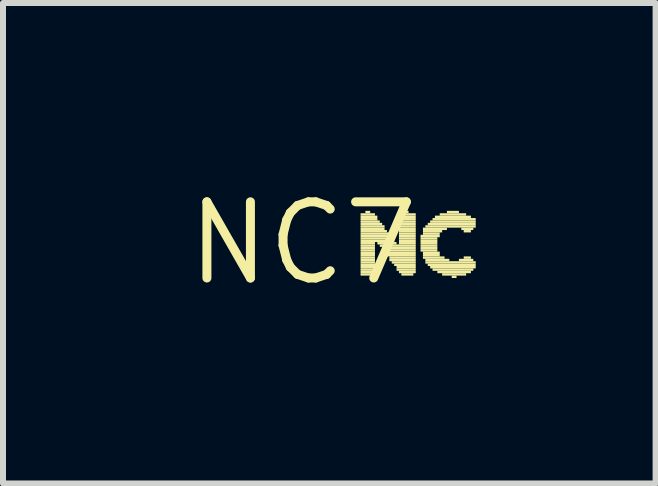
<source format=kicad_pcb>
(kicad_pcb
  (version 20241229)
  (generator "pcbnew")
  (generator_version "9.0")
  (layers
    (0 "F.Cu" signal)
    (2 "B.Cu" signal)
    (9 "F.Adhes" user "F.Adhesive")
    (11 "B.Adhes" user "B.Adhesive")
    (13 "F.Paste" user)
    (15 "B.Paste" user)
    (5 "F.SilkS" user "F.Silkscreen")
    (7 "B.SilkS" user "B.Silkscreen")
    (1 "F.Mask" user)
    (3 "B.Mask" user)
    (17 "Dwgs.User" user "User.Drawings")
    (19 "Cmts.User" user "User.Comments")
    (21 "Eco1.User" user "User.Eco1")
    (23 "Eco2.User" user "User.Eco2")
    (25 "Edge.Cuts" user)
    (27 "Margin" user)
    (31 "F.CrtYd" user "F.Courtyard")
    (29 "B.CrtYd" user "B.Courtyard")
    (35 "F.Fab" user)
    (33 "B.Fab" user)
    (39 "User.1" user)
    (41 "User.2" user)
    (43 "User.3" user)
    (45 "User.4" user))
  (footprint "NC7"
    (layer "F.Cu")
    (at 2.003 1.006)
    (property "Reference" "NC7" (at 0 0 0) (layer "F.SilkS") (effects (font (size 1.27 1.27) (thickness 0.15))))
    (attr through_hole)
    (fp_poly (pts (xy 0.96 -0.46) (xy 1.2 -0.46) (xy 1.2 -0.5) (xy 0.96 -0.5)) (stroke (width 0) (type solid)) (fill yes) (layer "F.SilkS"))
    (fp_poly (pts (xy 0.96 -0.42) (xy 1.24 -0.42) (xy 1.24 -0.46) (xy 0.96 -0.46)) (stroke (width 0) (type solid)) (fill yes) (layer "F.SilkS"))
    (fp_poly (pts (xy 0.96 -0.38) (xy 1.24 -0.38) (xy 1.24 -0.42) (xy 0.96 -0.42)) (stroke (width 0) (type solid)) (fill yes) (layer "F.SilkS"))
    (fp_poly (pts (xy 0.96 -0.34) (xy 1.28 -0.34) (xy 1.28 -0.38) (xy 0.96 -0.38)) (stroke (width 0) (type solid)) (fill yes) (layer "F.SilkS"))
    (fp_poly (pts (xy 0.96 -0.3) (xy 1.32 -0.3) (xy 1.32 -0.34) (xy 0.96 -0.34)) (stroke (width 0) (type solid)) (fill yes) (layer "F.SilkS"))
    (fp_poly (pts (xy 0.96 -0.26) (xy 1.36 -0.26) (xy 1.36 -0.3) (xy 0.96 -0.3)) (stroke (width 0) (type solid)) (fill yes) (layer "F.SilkS"))
    (fp_poly (pts (xy 0.96 -0.22) (xy 1.36 -0.22) (xy 1.36 -0.26) (xy 0.96 -0.26)) (stroke (width 0) (type solid)) (fill yes) (layer "F.SilkS"))
    (fp_poly (pts (xy 0.96 -0.18) (xy 1.4 -0.18) (xy 1.4 -0.22) (xy 0.96 -0.22)) (stroke (width 0) (type solid)) (fill yes) (layer "F.SilkS"))
    (fp_poly (pts (xy 0.96 -0.14) (xy 1.44 -0.14) (xy 1.44 -0.18) (xy 0.96 -0.18)) (stroke (width 0) (type solid)) (fill yes) (layer "F.SilkS"))
    (fp_poly (pts (xy 0.96 -0.1) (xy 1.48 -0.1) (xy 1.48 -0.14) (xy 0.96 -0.14)) (stroke (width 0) (type solid)) (fill yes) (layer "F.SilkS"))
    (fp_poly (pts (xy 0.96 -0.06) (xy 1.48 -0.06) (xy 1.48 -0.1) (xy 0.96 -0.1)) (stroke (width 0) (type solid)) (fill yes) (layer "F.SilkS"))
    (fp_poly (pts (xy 0.96 -0.02) (xy 1.52 -0.02) (xy 1.52 -0.06) (xy 0.96 -0.06)) (stroke (width 0) (type solid)) (fill yes) (layer "F.SilkS"))
    (fp_poly (pts (xy 0.96 0.02) (xy 1.2 0.02) (xy 1.2 -0.02) (xy 0.96 -0.02)) (stroke (width 0) (type solid)) (fill yes) (layer "F.SilkS"))
    (fp_poly (pts (xy 0.96 0.06) (xy 1.2 0.06) (xy 1.2 0.02) (xy 0.96 0.02)) (stroke (width 0) (type solid)) (fill yes) (layer "F.SilkS"))
    (fp_poly (pts (xy 0.96 0.1) (xy 1.2 0.1) (xy 1.2 0.06) (xy 0.96 0.06)) (stroke (width 0) (type solid)) (fill yes) (layer "F.SilkS"))
    (fp_poly (pts (xy 0.96 0.14) (xy 1.2 0.14) (xy 1.2 0.1) (xy 0.96 0.1)) (stroke (width 0) (type solid)) (fill yes) (layer "F.SilkS"))
    (fp_poly (pts (xy 0.96 0.18) (xy 1.2 0.18) (xy 1.2 0.14) (xy 0.96 0.14)) (stroke (width 0) (type solid)) (fill yes) (layer "F.SilkS"))
    (fp_poly (pts (xy 0.96 0.22) (xy 1.2 0.22) (xy 1.2 0.18) (xy 0.96 0.18)) (stroke (width 0) (type solid)) (fill yes) (layer "F.SilkS"))
    (fp_poly (pts (xy 0.96 0.26) (xy 1.2 0.26) (xy 1.2 0.22) (xy 0.96 0.22)) (stroke (width 0) (type solid)) (fill yes) (layer "F.SilkS"))
    (fp_poly (pts (xy 0.96 0.3) (xy 1.2 0.3) (xy 1.2 0.26) (xy 0.96 0.26)) (stroke (width 0) (type solid)) (fill yes) (layer "F.SilkS"))
    (fp_poly (pts (xy 0.96 0.34) (xy 1.2 0.34) (xy 1.2 0.3) (xy 0.96 0.3)) (stroke (width 0) (type solid)) (fill yes) (layer "F.SilkS"))
    (fp_poly (pts (xy 0.96 0.38) (xy 1.2 0.38) (xy 1.2 0.34) (xy 0.96 0.34)) (stroke (width 0) (type solid)) (fill yes) (layer "F.SilkS"))
    (fp_poly (pts (xy 0.96 0.42) (xy 1.2 0.42) (xy 1.2 0.38) (xy 0.96 0.38)) (stroke (width 0) (type solid)) (fill yes) (layer "F.SilkS"))
    (fp_poly (pts (xy 0.96 0.46) (xy 1.2 0.46) (xy 1.2 0.42) (xy 0.96 0.42)) (stroke (width 0) (type solid)) (fill yes) (layer "F.SilkS"))
    (fp_poly (pts (xy 0.96 0.5) (xy 1.2 0.5) (xy 1.2 0.46) (xy 0.96 0.46)) (stroke (width 0) (type solid)) (fill yes) (layer "F.SilkS"))
    (fp_poly (pts (xy 0.96 0.54) (xy 1.16 0.54) (xy 1.16 0.5) (xy 0.96 0.5)) (stroke (width 0) (type solid)) (fill yes) (layer "F.SilkS"))
    (fp_poly (pts (xy 1.04 -0.5) (xy 1.12 -0.5) (xy 1.12 -0.54) (xy 1.04 -0.54)) (stroke (width 0) (type solid)) (fill yes) (layer "F.SilkS"))
    (fp_poly (pts (xy 1.24 0.02) (xy 1.56 0.02) (xy 1.56 -0.02) (xy 1.24 -0.02)) (stroke (width 0) (type solid)) (fill yes) (layer "F.SilkS"))
    (fp_poly (pts (xy 1.28 0.06) (xy 1.88 0.06) (xy 1.88 0.02) (xy 1.28 0.02)) (stroke (width 0) (type solid)) (fill yes) (layer "F.SilkS"))
    (fp_poly (pts (xy 1.32 0.1) (xy 1.88 0.1) (xy 1.88 0.06) (xy 1.32 0.06)) (stroke (width 0) (type solid)) (fill yes) (layer "F.SilkS"))
    (fp_poly (pts (xy 1.32 0.14) (xy 1.88 0.14) (xy 1.88 0.1) (xy 1.32 0.1)) (stroke (width 0) (type solid)) (fill yes) (layer "F.SilkS"))
    (fp_poly (pts (xy 1.36 0.18) (xy 1.88 0.18) (xy 1.88 0.14) (xy 1.36 0.14)) (stroke (width 0) (type solid)) (fill yes) (layer "F.SilkS"))
    (fp_poly (pts (xy 1.4 0.22) (xy 1.88 0.22) (xy 1.88 0.18) (xy 1.4 0.18)) (stroke (width 0) (type solid)) (fill yes) (layer "F.SilkS"))
    (fp_poly (pts (xy 1.44 0.26) (xy 1.88 0.26) (xy 1.88 0.22) (xy 1.44 0.22)) (stroke (width 0) (type solid)) (fill yes) (layer "F.SilkS"))
    (fp_poly (pts (xy 1.44 0.3) (xy 1.88 0.3) (xy 1.88 0.26) (xy 1.44 0.26)) (stroke (width 0) (type solid)) (fill yes) (layer "F.SilkS"))
    (fp_poly (pts (xy 1.48 0.34) (xy 1.88 0.34) (xy 1.88 0.3) (xy 1.48 0.3)) (stroke (width 0) (type solid)) (fill yes) (layer "F.SilkS"))
    (fp_poly (pts (xy 1.52 0.38) (xy 1.88 0.38) (xy 1.88 0.34) (xy 1.52 0.34)) (stroke (width 0) (type solid)) (fill yes) (layer "F.SilkS"))
    (fp_poly (pts (xy 1.56 0.42) (xy 1.88 0.42) (xy 1.88 0.38) (xy 1.56 0.38)) (stroke (width 0) (type solid)) (fill yes) (layer "F.SilkS"))
    (fp_poly (pts (xy 1.56 0.46) (xy 1.88 0.46) (xy 1.88 0.42) (xy 1.56 0.42)) (stroke (width 0) (type solid)) (fill yes) (layer "F.SilkS"))
    (fp_poly (pts (xy 1.6 -0.42) (xy 1.88 -0.42) (xy 1.88 -0.46) (xy 1.6 -0.46)) (stroke (width 0) (type solid)) (fill yes) (layer "F.SilkS"))
    (fp_poly (pts (xy 1.6 -0.38) (xy 1.88 -0.38) (xy 1.88 -0.42) (xy 1.6 -0.42)) (stroke (width 0) (type solid)) (fill yes) (layer "F.SilkS"))
    (fp_poly (pts (xy 1.6 -0.34) (xy 1.88 -0.34) (xy 1.88 -0.38) (xy 1.6 -0.38)) (stroke (width 0) (type solid)) (fill yes) (layer "F.SilkS"))
    (fp_poly (pts (xy 1.6 -0.3) (xy 1.88 -0.3) (xy 1.88 -0.34) (xy 1.6 -0.34)) (stroke (width 0) (type solid)) (fill yes) (layer "F.SilkS"))
    (fp_poly (pts (xy 1.6 -0.26) (xy 1.88 -0.26) (xy 1.88 -0.3) (xy 1.6 -0.3)) (stroke (width 0) (type solid)) (fill yes) (layer "F.SilkS"))
    (fp_poly (pts (xy 1.6 -0.22) (xy 1.88 -0.22) (xy 1.88 -0.26) (xy 1.6 -0.26)) (stroke (width 0) (type solid)) (fill yes) (layer "F.SilkS"))
    (fp_poly (pts (xy 1.6 -0.18) (xy 1.88 -0.18) (xy 1.88 -0.22) (xy 1.6 -0.22)) (stroke (width 0) (type solid)) (fill yes) (layer "F.SilkS"))
    (fp_poly (pts (xy 1.6 -0.14) (xy 1.88 -0.14) (xy 1.88 -0.18) (xy 1.6 -0.18)) (stroke (width 0) (type solid)) (fill yes) (layer "F.SilkS"))
    (fp_poly (pts (xy 1.6 -0.1) (xy 1.88 -0.1) (xy 1.88 -0.14) (xy 1.6 -0.14)) (stroke (width 0) (type solid)) (fill yes) (layer "F.SilkS"))
    (fp_poly (pts (xy 1.6 -0.06) (xy 1.88 -0.06) (xy 1.88 -0.1) (xy 1.6 -0.1)) (stroke (width 0) (type solid)) (fill yes) (layer "F.SilkS"))
    (fp_poly (pts (xy 1.6 -0.02) (xy 1.88 -0.02) (xy 1.88 -0.06) (xy 1.6 -0.06)) (stroke (width 0) (type solid)) (fill yes) (layer "F.SilkS"))
    (fp_poly (pts (xy 1.6 0.02) (xy 1.88 0.02) (xy 1.88 -0.02) (xy 1.6 -0.02)) (stroke (width 0) (type solid)) (fill yes) (layer "F.SilkS"))
    (fp_poly (pts (xy 1.6 0.5) (xy 1.88 0.5) (xy 1.88 0.46) (xy 1.6 0.46)) (stroke (width 0) (type solid)) (fill yes) (layer "F.SilkS"))
    (fp_poly (pts (xy 1.64 -0.46) (xy 1.88 -0.46) (xy 1.88 -0.5) (xy 1.64 -0.5)) (stroke (width 0) (type solid)) (fill yes) (layer "F.SilkS"))
    (fp_poly (pts (xy 1.64 0.54) (xy 1.84 0.54) (xy 1.84 0.5) (xy 1.64 0.5)) (stroke (width 0) (type solid)) (fill yes) (layer "F.SilkS"))
    (fp_poly (pts (xy 1.72 -0.5) (xy 1.76 -0.5) (xy 1.76 -0.54) (xy 1.72 -0.54)) (stroke (width 0) (type solid)) (fill yes) (layer "F.SilkS"))
    (fp_poly (pts (xy 1.96 -0.1) (xy 2.28 -0.1) (xy 2.28 -0.14) (xy 1.96 -0.14)) (stroke (width 0) (type solid)) (fill yes) (layer "F.SilkS"))
    (fp_poly (pts (xy 1.96 -0.06) (xy 2.24 -0.06) (xy 2.24 -0.1) (xy 1.96 -0.1)) (stroke (width 0) (type solid)) (fill yes) (layer "F.SilkS"))
    (fp_poly (pts (xy 1.96 -0.02) (xy 2.24 -0.02) (xy 2.24 -0.06) (xy 1.96 -0.06)) (stroke (width 0) (type solid)) (fill yes) (layer "F.SilkS"))
    (fp_poly (pts (xy 1.96 0.02) (xy 2.24 0.02) (xy 2.24 -0.02) (xy 1.96 -0.02)) (stroke (width 0) (type solid)) (fill yes) (layer "F.SilkS"))
    (fp_poly (pts (xy 1.96 0.06) (xy 2.24 0.06) (xy 2.24 0.02) (xy 1.96 0.02)) (stroke (width 0) (type solid)) (fill yes) (layer "F.SilkS"))
    (fp_poly (pts (xy 1.96 0.1) (xy 2.24 0.1) (xy 2.24 0.06) (xy 1.96 0.06)) (stroke (width 0) (type solid)) (fill yes) (layer "F.SilkS"))
    (fp_poly (pts (xy 1.96 0.14) (xy 2.24 0.14) (xy 2.24 0.1) (xy 1.96 0.1)) (stroke (width 0) (type solid)) (fill yes) (layer "F.SilkS"))
    (fp_poly (pts (xy 2 -0.22) (xy 2.4 -0.22) (xy 2.4 -0.26) (xy 2 -0.26)) (stroke (width 0) (type solid)) (fill yes) (layer "F.SilkS"))
    (fp_poly (pts (xy 2 -0.18) (xy 2.32 -0.18) (xy 2.32 -0.22) (xy 2 -0.22)) (stroke (width 0) (type solid)) (fill yes) (layer "F.SilkS"))
    (fp_poly (pts (xy 2 -0.14) (xy 2.28 -0.14) (xy 2.28 -0.18) (xy 2 -0.18)) (stroke (width 0) (type solid)) (fill yes) (layer "F.SilkS"))
    (fp_poly (pts (xy 2 0.18) (xy 2.28 0.18) (xy 2.28 0.14) (xy 2 0.14)) (stroke (width 0) (type solid)) (fill yes) (layer "F.SilkS"))
    (fp_poly (pts (xy 2 0.22) (xy 2.28 0.22) (xy 2.28 0.18) (xy 2 0.18)) (stroke (width 0) (type solid)) (fill yes) (layer "F.SilkS"))
    (fp_poly (pts (xy 2 0.26) (xy 2.36 0.26) (xy 2.36 0.22) (xy 2 0.22)) (stroke (width 0) (type solid)) (fill yes) (layer "F.SilkS"))
    (fp_poly (pts (xy 2.04 -0.26) (xy 2.88 -0.26) (xy 2.88 -0.3) (xy 2.04 -0.3)) (stroke (width 0) (type solid)) (fill yes) (layer "F.SilkS"))
    (fp_poly (pts (xy 2.04 0.3) (xy 2.44 0.3) (xy 2.44 0.26) (xy 2.04 0.26)) (stroke (width 0) (type solid)) (fill yes) (layer "F.SilkS"))
    (fp_poly (pts (xy 2.04 0.34) (xy 2.88 0.34) (xy 2.88 0.3) (xy 2.04 0.3)) (stroke (width 0) (type solid)) (fill yes) (layer "F.SilkS"))
    (fp_poly (pts (xy 2.08 -0.3) (xy 2.88 -0.3) (xy 2.88 -0.34) (xy 2.08 -0.34)) (stroke (width 0) (type solid)) (fill yes) (layer "F.SilkS"))
    (fp_poly (pts (xy 2.08 0.38) (xy 2.88 0.38) (xy 2.88 0.34) (xy 2.08 0.34)) (stroke (width 0) (type solid)) (fill yes) (layer "F.SilkS"))
    (fp_poly (pts (xy 2.12 -0.34) (xy 2.88 -0.34) (xy 2.88 -0.38) (xy 2.12 -0.38)) (stroke (width 0) (type solid)) (fill yes) (layer "F.SilkS"))
    (fp_poly (pts (xy 2.12 0.42) (xy 2.88 0.42) (xy 2.88 0.38) (xy 2.12 0.38)) (stroke (width 0) (type solid)) (fill yes) (layer "F.SilkS"))
    (fp_poly (pts (xy 2.16 -0.38) (xy 2.88 -0.38) (xy 2.88 -0.42) (xy 2.16 -0.42)) (stroke (width 0) (type solid)) (fill yes) (layer "F.SilkS"))
    (fp_poly (pts (xy 2.16 0.46) (xy 2.84 0.46) (xy 2.84 0.42) (xy 2.16 0.42)) (stroke (width 0) (type solid)) (fill yes) (layer "F.SilkS"))
    (fp_poly (pts (xy 2.2 -0.42) (xy 2.8 -0.42) (xy 2.8 -0.46) (xy 2.2 -0.46)) (stroke (width 0) (type solid)) (fill yes) (layer "F.SilkS"))
    (fp_poly (pts (xy 2.24 0.5) (xy 2.8 0.5) (xy 2.8 0.46) (xy 2.24 0.46)) (stroke (width 0) (type solid)) (fill yes) (layer "F.SilkS"))
    (fp_poly (pts (xy 2.28 -0.46) (xy 2.72 -0.46) (xy 2.72 -0.5) (xy 2.28 -0.5)) (stroke (width 0) (type solid)) (fill yes) (layer "F.SilkS"))
    (fp_poly (pts (xy 2.32 0.54) (xy 2.72 0.54) (xy 2.72 0.5) (xy 2.32 0.5)) (stroke (width 0) (type solid)) (fill yes) (layer "F.SilkS"))
    (fp_poly (pts (xy 2.4 -0.5) (xy 2.6 -0.5) (xy 2.6 -0.54) (xy 2.4 -0.54)) (stroke (width 0) (type solid)) (fill yes) (layer "F.SilkS"))
    (fp_poly (pts (xy 2.48 0.58) (xy 2.56 0.58) (xy 2.56 0.54) (xy 2.48 0.54)) (stroke (width 0) (type solid)) (fill yes) (layer "F.SilkS"))
    (fp_poly (pts (xy 2.6 0.3) (xy 2.84 0.3) (xy 2.84 0.26) (xy 2.6 0.26)) (stroke (width 0) (type solid)) (fill yes) (layer "F.SilkS"))
    (fp_poly (pts (xy 2.64 -0.22) (xy 2.84 -0.22) (xy 2.84 -0.26) (xy 2.64 -0.26)) (stroke (width 0) (type solid)) (fill yes) (layer "F.SilkS"))
    (fp_poly (pts (xy 2.68 -0.18) (xy 2.8 -0.18) (xy 2.8 -0.22) (xy 2.68 -0.22)) (stroke (width 0) (type solid)) (fill yes) (layer "F.SilkS"))
    (fp_poly (pts (xy 2.68 0.26) (xy 2.8 0.26) (xy 2.8 0.22) (xy 2.68 0.22)) (stroke (width 0) (type solid)) (fill yes) (layer "F.SilkS")))
  (gr_rect
    (start -3 -3)
    (end 7.883 5.012)
    (stroke (width 0.1) (type default))
    (fill no)
    (layer "Edge.Cuts")))
</source>
